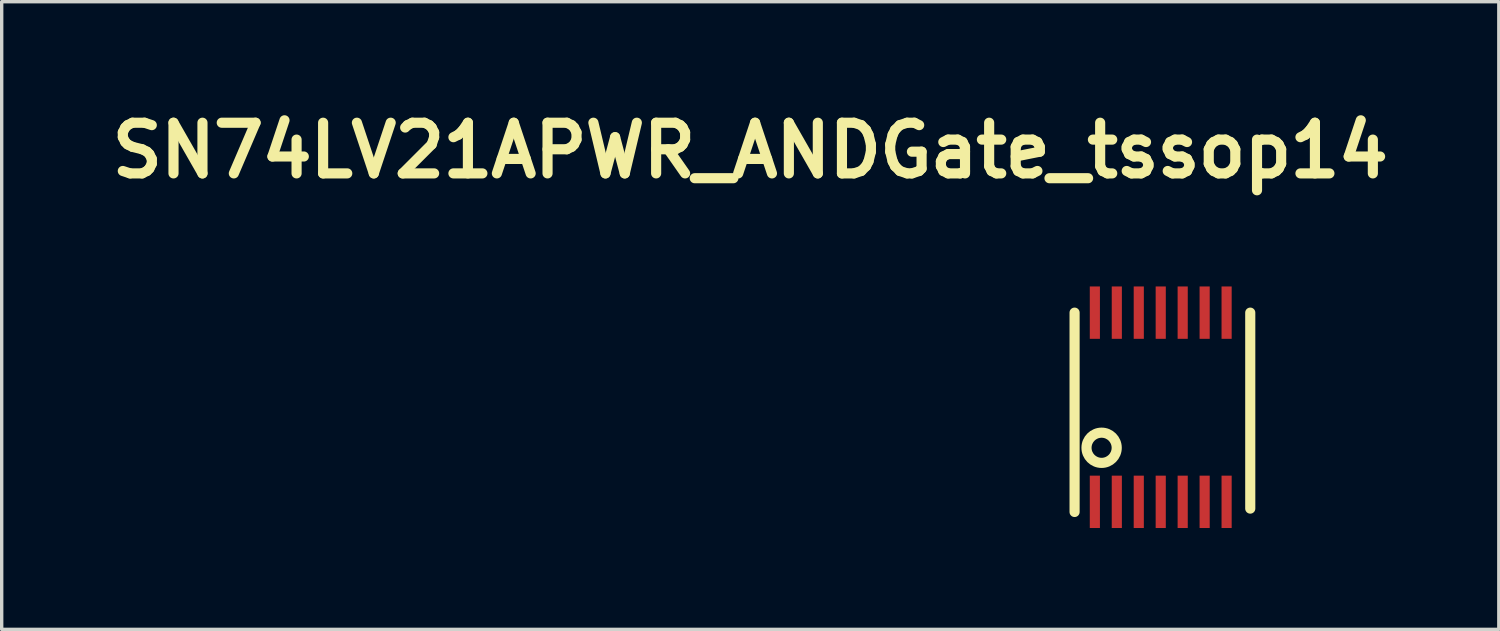
<source format=kicad_pcb>
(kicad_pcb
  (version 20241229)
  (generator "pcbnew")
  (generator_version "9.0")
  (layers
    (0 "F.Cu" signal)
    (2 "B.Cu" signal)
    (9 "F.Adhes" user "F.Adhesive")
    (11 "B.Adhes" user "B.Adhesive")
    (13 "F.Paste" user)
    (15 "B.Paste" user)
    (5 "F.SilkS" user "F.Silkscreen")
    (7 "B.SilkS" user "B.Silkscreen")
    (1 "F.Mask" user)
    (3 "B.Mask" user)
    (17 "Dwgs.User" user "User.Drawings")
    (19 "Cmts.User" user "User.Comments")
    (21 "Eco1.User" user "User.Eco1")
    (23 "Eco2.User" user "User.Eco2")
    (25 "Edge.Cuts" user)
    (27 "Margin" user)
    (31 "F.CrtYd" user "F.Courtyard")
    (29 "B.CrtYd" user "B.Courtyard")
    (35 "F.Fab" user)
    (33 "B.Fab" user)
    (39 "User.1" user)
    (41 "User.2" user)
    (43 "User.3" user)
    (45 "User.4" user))
  (footprint "SN74LV21APWR_ANDGate_tssop14"
    (layer "F.Cu")
    (at 29.357 6.204)
    (property "Reference" "SN74LV21APWR_ANDGate_tssop14" (at -10.2 -4.8 0) (layer "F.SilkS") (effects (font (size 1.5 1.5) (thickness 0.3))))
    (attr through_hole)
    (fp_line (start -0.6 0) (end -0.6 5.9) (stroke (width 0.3) (type solid)) (layer "F.SilkS"))
    (fp_line (start 4.6 0) (end 4.6 5.8) (stroke (width 0.3) (type solid)) (layer "F.SilkS"))
    (fp_circle (center 0.2 4) (end 0.6 4.2) (stroke (width 0.3) (type solid)) (fill no) (layer "F.SilkS"))
    (pad "1" smd rect (at 0 5.6) (size 0.3 1.55) (layers "F.Cu" "F.Mask" "F.Paste"))
    (pad "2" smd rect (at 0.65 5.6) (size 0.3 1.55) (layers "F.Cu" "F.Mask" "F.Paste"))
    (pad "3" smd rect (at 1.3 5.6) (size 0.3 1.55) (layers "F.Cu" "F.Mask" "F.Paste"))
    (pad "4" smd rect (at 1.95 5.6) (size 0.3 1.55) (layers "F.Cu" "F.Mask" "F.Paste"))
    (pad "5" smd rect (at 2.6 5.6) (size 0.3 1.55) (layers "F.Cu" "F.Mask" "F.Paste"))
    (pad "6" smd rect (at 3.25 5.6) (size 0.3 1.55) (layers "F.Cu" "F.Mask" "F.Paste"))
    (pad "7" smd rect (at 3.9 5.6) (size 0.3 1.55) (layers "F.Cu" "F.Mask" "F.Paste"))
    (pad "8" smd rect (at 3.9 0) (size 0.3 1.55) (layers "F.Cu" "F.Mask" "F.Paste"))
    (pad "9" smd rect (at 3.25 0) (size 0.3 1.55) (layers "F.Cu" "F.Mask" "F.Paste"))
    (pad "10" smd rect (at 2.6 0) (size 0.3 1.55) (layers "F.Cu" "F.Mask" "F.Paste"))
    (pad "11" smd rect (at 1.95 0) (size 0.3 1.55) (layers "F.Cu" "F.Mask" "F.Paste"))
    (pad "12" smd rect (at 1.3 0) (size 0.3 1.55) (layers "F.Cu" "F.Mask" "F.Paste"))
    (pad "13" smd rect (at 0.65 0) (size 0.3 1.55) (layers "F.Cu" "F.Mask" "F.Paste"))
    (pad "14" smd rect (at 0 0) (size 0.3 1.55) (layers "F.Cu" "F.Mask" "F.Paste")))
  (gr_rect
    (start -3 -3)
    (end 41.314 15.579)
    (stroke (width 0.1) (type default))
    (fill no)
    (layer "Edge.Cuts")))
</source>
